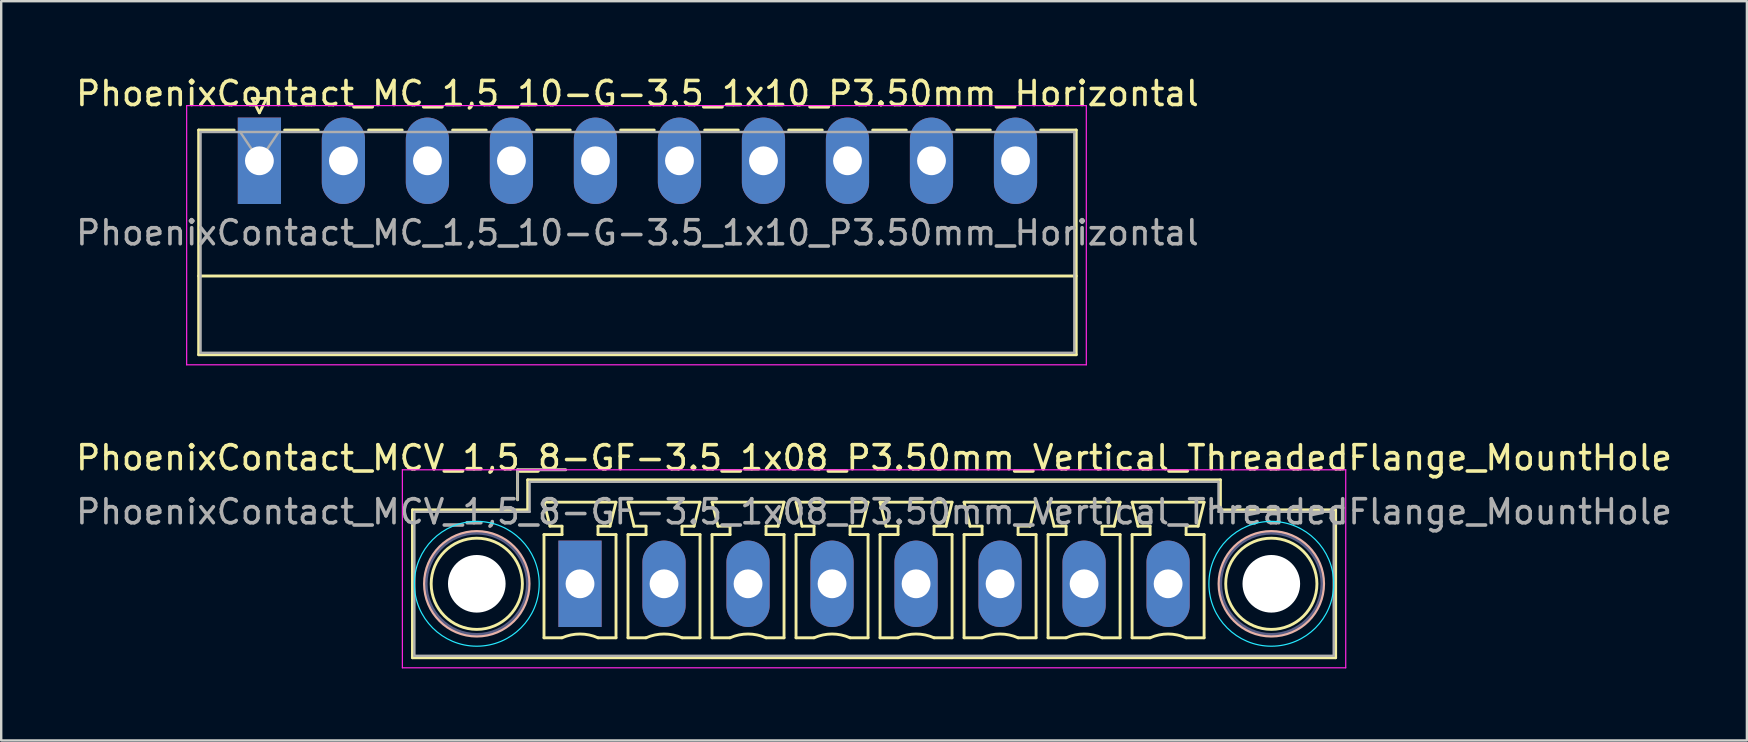
<source format=kicad_pcb>
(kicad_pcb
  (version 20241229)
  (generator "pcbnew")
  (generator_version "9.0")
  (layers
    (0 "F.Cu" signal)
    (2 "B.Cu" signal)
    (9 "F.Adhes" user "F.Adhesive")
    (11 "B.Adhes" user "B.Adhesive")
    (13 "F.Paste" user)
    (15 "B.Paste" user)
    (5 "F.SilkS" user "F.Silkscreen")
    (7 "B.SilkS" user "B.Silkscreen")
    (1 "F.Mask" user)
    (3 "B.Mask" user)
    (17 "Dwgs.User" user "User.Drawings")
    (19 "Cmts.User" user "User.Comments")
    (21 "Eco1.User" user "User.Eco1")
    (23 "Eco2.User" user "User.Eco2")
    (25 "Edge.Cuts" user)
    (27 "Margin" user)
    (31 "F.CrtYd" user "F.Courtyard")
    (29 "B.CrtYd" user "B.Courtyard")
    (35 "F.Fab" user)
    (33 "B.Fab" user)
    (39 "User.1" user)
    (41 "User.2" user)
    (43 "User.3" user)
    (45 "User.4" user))
  (footprint "PhoenixContact_MCV_1,5_8-GF-3.5_1x08_P3.50mm_Vertical_ThreadedFlange_MountHole"
    (layer "F.Cu")
    (at 21.113 21.271)
    (property "Reference" "PhoenixContact_MCV_1,5_8-GF-3.5_1x08_P3.50mm_Vertical_ThreadedFlange_MountHole" (at 12.25 -5.25 0) (layer "F.SilkS") (effects (font (size 1 1) (thickness 0.15))))
    (attr through_hole)
    (fp_line (start -6.98 -3.08) (end -6.98 3.08) (stroke (width 0.12) (type solid)) (layer "F.SilkS"))
    (fp_line (start -6.98 3.08) (end 31.48 3.08) (stroke (width 0.12) (type solid)) (layer "F.SilkS"))
    (fp_line (start -2.6 -4.75) (end -0.6 -4.75) (stroke (width 0.12) (type solid)) (layer "F.SilkS"))
    (fp_line (start -2.6 -3.5) (end -2.6 -4.75) (stroke (width 0.12) (type solid)) (layer "F.SilkS"))
    (fp_line (start -2.18 -4.33) (end -2.18 -3.08) (stroke (width 0.12) (type solid)) (layer "F.SilkS"))
    (fp_line (start -2.18 -3.08) (end -6.98 -3.08) (stroke (width 0.12) (type solid)) (layer "F.SilkS"))
    (fp_line (start -1.5 -3.4) (end 1.5 -3.4) (stroke (width 0.12) (type solid)) (layer "F.SilkS"))
    (fp_line (start -1.5 -2.05) (end -0.75 -2.05) (stroke (width 0.12) (type solid)) (layer "F.SilkS"))
    (fp_line (start -1.5 2.25) (end -1.5 -2.05) (stroke (width 0.12) (type solid)) (layer "F.SilkS"))
    (fp_line (start -1.25 -2.4) (end -1.5 -3.4) (stroke (width 0.12) (type solid)) (layer "F.SilkS"))
    (fp_line (start -0.75 -2.4) (end -1.25 -2.4) (stroke (width 0.12) (type solid)) (layer "F.SilkS"))
    (fp_line (start -0.75 -2.05) (end -0.75 -2.4) (stroke (width 0.12) (type solid)) (layer "F.SilkS"))
    (fp_line (start -0.75 2.25) (end -1.5 2.25) (stroke (width 0.12) (type solid)) (layer "F.SilkS"))
    (fp_line (start 0.75 -2.4) (end 0.75 -2.05) (stroke (width 0.12) (type solid)) (layer "F.SilkS"))
    (fp_line (start 0.75 -2.05) (end 1.5 -2.05) (stroke (width 0.12) (type solid)) (layer "F.SilkS"))
    (fp_line (start 1.25 -2.4) (end 0.75 -2.4) (stroke (width 0.12) (type solid)) (layer "F.SilkS"))
    (fp_line (start 1.5 -3.4) (end 1.25 -2.4) (stroke (width 0.12) (type solid)) (layer "F.SilkS"))
    (fp_line (start 1.5 -2.05) (end 1.5 2.25) (stroke (width 0.12) (type solid)) (layer "F.SilkS"))
    (fp_line (start 1.5 2.25) (end 0.75 2.25) (stroke (width 0.12) (type solid)) (layer "F.SilkS"))
    (fp_line (start 2 -3.4) (end 5 -3.4) (stroke (width 0.12) (type solid)) (layer "F.SilkS"))
    (fp_line (start 2 -2.05) (end 2.75 -2.05) (stroke (width 0.12) (type solid)) (layer "F.SilkS"))
    (fp_line (start 2 2.25) (end 2 -2.05) (stroke (width 0.12) (type solid)) (layer "F.SilkS"))
    (fp_line (start 2.25 -2.4) (end 2 -3.4) (stroke (width 0.12) (type solid)) (layer "F.SilkS"))
    (fp_line (start 2.75 -2.4) (end 2.25 -2.4) (stroke (width 0.12) (type solid)) (layer "F.SilkS"))
    (fp_line (start 2.75 -2.05) (end 2.75 -2.4) (stroke (width 0.12) (type solid)) (layer "F.SilkS"))
    (fp_line (start 2.75 2.25) (end 2 2.25) (stroke (width 0.12) (type solid)) (layer "F.SilkS"))
    (fp_line (start 4.25 -2.4) (end 4.25 -2.05) (stroke (width 0.12) (type solid)) (layer "F.SilkS"))
    (fp_line (start 4.25 -2.05) (end 5 -2.05) (stroke (width 0.12) (type solid)) (layer "F.SilkS"))
    (fp_line (start 4.75 -2.4) (end 4.25 -2.4) (stroke (width 0.12) (type solid)) (layer "F.SilkS"))
    (fp_line (start 5 -3.4) (end 4.75 -2.4) (stroke (width 0.12) (type solid)) (layer "F.SilkS"))
    (fp_line (start 5 -2.05) (end 5 2.25) (stroke (width 0.12) (type solid)) (layer "F.SilkS"))
    (fp_line (start 5 2.25) (end 4.25 2.25) (stroke (width 0.12) (type solid)) (layer "F.SilkS"))
    (fp_line (start 5.5 -3.4) (end 8.5 -3.4) (stroke (width 0.12) (type solid)) (layer "F.SilkS"))
    (fp_line (start 5.5 -2.05) (end 6.25 -2.05) (stroke (width 0.12) (type solid)) (layer "F.SilkS"))
    (fp_line (start 5.5 2.25) (end 5.5 -2.05) (stroke (width 0.12) (type solid)) (layer "F.SilkS"))
    (fp_line (start 5.75 -2.4) (end 5.5 -3.4) (stroke (width 0.12) (type solid)) (layer "F.SilkS"))
    (fp_line (start 6.25 -2.4) (end 5.75 -2.4) (stroke (width 0.12) (type solid)) (layer "F.SilkS"))
    (fp_line (start 6.25 -2.05) (end 6.25 -2.4) (stroke (width 0.12) (type solid)) (layer "F.SilkS"))
    (fp_line (start 6.25 2.25) (end 5.5 2.25) (stroke (width 0.12) (type solid)) (layer "F.SilkS"))
    (fp_line (start 7.75 -2.4) (end 7.75 -2.05) (stroke (width 0.12) (type solid)) (layer "F.SilkS"))
    (fp_line (start 7.75 -2.05) (end 8.5 -2.05) (stroke (width 0.12) (type solid)) (layer "F.SilkS"))
    (fp_line (start 8.25 -2.4) (end 7.75 -2.4) (stroke (width 0.12) (type solid)) (layer "F.SilkS"))
    (fp_line (start 8.5 -3.4) (end 8.25 -2.4) (stroke (width 0.12) (type solid)) (layer "F.SilkS"))
    (fp_line (start 8.5 -2.05) (end 8.5 2.25) (stroke (width 0.12) (type solid)) (layer "F.SilkS"))
    (fp_line (start 8.5 2.25) (end 7.75 2.25) (stroke (width 0.12) (type solid)) (layer "F.SilkS"))
    (fp_line (start 9 -3.4) (end 12 -3.4) (stroke (width 0.12) (type solid)) (layer "F.SilkS"))
    (fp_line (start 9 -2.05) (end 9.75 -2.05) (stroke (width 0.12) (type solid)) (layer "F.SilkS"))
    (fp_line (start 9 2.25) (end 9 -2.05) (stroke (width 0.12) (type solid)) (layer "F.SilkS"))
    (fp_line (start 9.25 -2.4) (end 9 -3.4) (stroke (width 0.12) (type solid)) (layer "F.SilkS"))
    (fp_line (start 9.75 -2.4) (end 9.25 -2.4) (stroke (width 0.12) (type solid)) (layer "F.SilkS"))
    (fp_line (start 9.75 -2.05) (end 9.75 -2.4) (stroke (width 0.12) (type solid)) (layer "F.SilkS"))
    (fp_line (start 9.75 2.25) (end 9 2.25) (stroke (width 0.12) (type solid)) (layer "F.SilkS"))
    (fp_line (start 11.25 -2.4) (end 11.25 -2.05) (stroke (width 0.12) (type solid)) (layer "F.SilkS"))
    (fp_line (start 11.25 -2.05) (end 12 -2.05) (stroke (width 0.12) (type solid)) (layer "F.SilkS"))
    (fp_line (start 11.75 -2.4) (end 11.25 -2.4) (stroke (width 0.12) (type solid)) (layer "F.SilkS"))
    (fp_line (start 12 -3.4) (end 11.75 -2.4) (stroke (width 0.12) (type solid)) (layer "F.SilkS"))
    (fp_line (start 12 -2.05) (end 12 2.25) (stroke (width 0.12) (type solid)) (layer "F.SilkS"))
    (fp_line (start 12 2.25) (end 11.25 2.25) (stroke (width 0.12) (type solid)) (layer "F.SilkS"))
    (fp_line (start 12.5 -3.4) (end 15.5 -3.4) (stroke (width 0.12) (type solid)) (layer "F.SilkS"))
    (fp_line (start 12.5 -2.05) (end 13.25 -2.05) (stroke (width 0.12) (type solid)) (layer "F.SilkS"))
    (fp_line (start 12.5 2.25) (end 12.5 -2.05) (stroke (width 0.12) (type solid)) (layer "F.SilkS"))
    (fp_line (start 12.75 -2.4) (end 12.5 -3.4) (stroke (width 0.12) (type solid)) (layer "F.SilkS"))
    (fp_line (start 13.25 -2.4) (end 12.75 -2.4) (stroke (width 0.12) (type solid)) (layer "F.SilkS"))
    (fp_line (start 13.25 -2.05) (end 13.25 -2.4) (stroke (width 0.12) (type solid)) (layer "F.SilkS"))
    (fp_line (start 13.25 2.25) (end 12.5 2.25) (stroke (width 0.12) (type solid)) (layer "F.SilkS"))
    (fp_line (start 14.75 -2.4) (end 14.75 -2.05) (stroke (width 0.12) (type solid)) (layer "F.SilkS"))
    (fp_line (start 14.75 -2.05) (end 15.5 -2.05) (stroke (width 0.12) (type solid)) (layer "F.SilkS"))
    (fp_line (start 15.25 -2.4) (end 14.75 -2.4) (stroke (width 0.12) (type solid)) (layer "F.SilkS"))
    (fp_line (start 15.5 -3.4) (end 15.25 -2.4) (stroke (width 0.12) (type solid)) (layer "F.SilkS"))
    (fp_line (start 15.5 -2.05) (end 15.5 2.25) (stroke (width 0.12) (type solid)) (layer "F.SilkS"))
    (fp_line (start 15.5 2.25) (end 14.75 2.25) (stroke (width 0.12) (type solid)) (layer "F.SilkS"))
    (fp_line (start 16 -3.4) (end 19 -3.4) (stroke (width 0.12) (type solid)) (layer "F.SilkS"))
    (fp_line (start 16 -2.05) (end 16.75 -2.05) (stroke (width 0.12) (type solid)) (layer "F.SilkS"))
    (fp_line (start 16 2.25) (end 16 -2.05) (stroke (width 0.12) (type solid)) (layer "F.SilkS"))
    (fp_line (start 16.25 -2.4) (end 16 -3.4) (stroke (width 0.12) (type solid)) (layer "F.SilkS"))
    (fp_line (start 16.75 -2.4) (end 16.25 -2.4) (stroke (width 0.12) (type solid)) (layer "F.SilkS"))
    (fp_line (start 16.75 -2.05) (end 16.75 -2.4) (stroke (width 0.12) (type solid)) (layer "F.SilkS"))
    (fp_line (start 16.75 2.25) (end 16 2.25) (stroke (width 0.12) (type solid)) (layer "F.SilkS"))
    (fp_line (start 18.25 -2.4) (end 18.25 -2.05) (stroke (width 0.12) (type solid)) (layer "F.SilkS"))
    (fp_line (start 18.25 -2.05) (end 19 -2.05) (stroke (width 0.12) (type solid)) (layer "F.SilkS"))
    (fp_line (start 18.75 -2.4) (end 18.25 -2.4) (stroke (width 0.12) (type solid)) (layer "F.SilkS"))
    (fp_line (start 19 -3.4) (end 18.75 -2.4) (stroke (width 0.12) (type solid)) (layer "F.SilkS"))
    (fp_line (start 19 -2.05) (end 19 2.25) (stroke (width 0.12) (type solid)) (layer "F.SilkS"))
    (fp_line (start 19 2.25) (end 18.25 2.25) (stroke (width 0.12) (type solid)) (layer "F.SilkS"))
    (fp_line (start 19.5 -3.4) (end 22.5 -3.4) (stroke (width 0.12) (type solid)) (layer "F.SilkS"))
    (fp_line (start 19.5 -2.05) (end 20.25 -2.05) (stroke (width 0.12) (type solid)) (layer "F.SilkS"))
    (fp_line (start 19.5 2.25) (end 19.5 -2.05) (stroke (width 0.12) (type solid)) (layer "F.SilkS"))
    (fp_line (start 19.75 -2.4) (end 19.5 -3.4) (stroke (width 0.12) (type solid)) (layer "F.SilkS"))
    (fp_line (start 20.25 -2.4) (end 19.75 -2.4) (stroke (width 0.12) (type solid)) (layer "F.SilkS"))
    (fp_line (start 20.25 -2.05) (end 20.25 -2.4) (stroke (width 0.12) (type solid)) (layer "F.SilkS"))
    (fp_line (start 20.25 2.25) (end 19.5 2.25) (stroke (width 0.12) (type solid)) (layer "F.SilkS"))
    (fp_line (start 21.75 -2.4) (end 21.75 -2.05) (stroke (width 0.12) (type solid)) (layer "F.SilkS"))
    (fp_line (start 21.75 -2.05) (end 22.5 -2.05) (stroke (width 0.12) (type solid)) (layer "F.SilkS"))
    (fp_line (start 22.25 -2.4) (end 21.75 -2.4) (stroke (width 0.12) (type solid)) (layer "F.SilkS"))
    (fp_line (start 22.5 -3.4) (end 22.25 -2.4) (stroke (width 0.12) (type solid)) (layer "F.SilkS"))
    (fp_line (start 22.5 -2.05) (end 22.5 2.25) (stroke (width 0.12) (type solid)) (layer "F.SilkS"))
    (fp_line (start 22.5 2.25) (end 21.75 2.25) (stroke (width 0.12) (type solid)) (layer "F.SilkS"))
    (fp_line (start 23 -3.4) (end 26 -3.4) (stroke (width 0.12) (type solid)) (layer "F.SilkS"))
    (fp_line (start 23 -2.05) (end 23.75 -2.05) (stroke (width 0.12) (type solid)) (layer "F.SilkS"))
    (fp_line (start 23 2.25) (end 23 -2.05) (stroke (width 0.12) (type solid)) (layer "F.SilkS"))
    (fp_line (start 23.25 -2.4) (end 23 -3.4) (stroke (width 0.12) (type solid)) (layer "F.SilkS"))
    (fp_line (start 23.75 -2.4) (end 23.25 -2.4) (stroke (width 0.12) (type solid)) (layer "F.SilkS"))
    (fp_line (start 23.75 -2.05) (end 23.75 -2.4) (stroke (width 0.12) (type solid)) (layer "F.SilkS"))
    (fp_line (start 23.75 2.25) (end 23 2.25) (stroke (width 0.12) (type solid)) (layer "F.SilkS"))
    (fp_line (start 25.25 -2.4) (end 25.25 -2.05) (stroke (width 0.12) (type solid)) (layer "F.SilkS"))
    (fp_line (start 25.25 -2.05) (end 26 -2.05) (stroke (width 0.12) (type solid)) (layer "F.SilkS"))
    (fp_line (start 25.75 -2.4) (end 25.25 -2.4) (stroke (width 0.12) (type solid)) (layer "F.SilkS"))
    (fp_line (start 26 -3.4) (end 25.75 -2.4) (stroke (width 0.12) (type solid)) (layer "F.SilkS"))
    (fp_line (start 26 -2.05) (end 26 2.25) (stroke (width 0.12) (type solid)) (layer "F.SilkS"))
    (fp_line (start 26 2.25) (end 25.25 2.25) (stroke (width 0.12) (type solid)) (layer "F.SilkS"))
    (fp_line (start 26.68 -4.33) (end -2.18 -4.33) (stroke (width 0.12) (type solid)) (layer "F.SilkS"))
    (fp_line (start 26.68 -3.08) (end 26.68 -4.33) (stroke (width 0.12) (type solid)) (layer "F.SilkS"))
    (fp_line (start 31.48 -3.08) (end 26.68 -3.08) (stroke (width 0.12) (type solid)) (layer "F.SilkS"))
    (fp_line (start 31.48 3.08) (end 31.48 -3.08) (stroke (width 0.12) (type solid)) (layer "F.SilkS"))
    (fp_arc (start -0.75 2.25) (mid -0.000193 2.09191) (end 0.749647 2.249844) (stroke (width 0.12) (type solid)) (layer "F.SilkS"))
    (fp_arc (start 2.75 2.25) (mid 3.499807 2.09191) (end 4.249647 2.249844) (stroke (width 0.12) (type solid)) (layer "F.SilkS"))
    (fp_arc (start 6.25 2.25) (mid 6.999807 2.09191) (end 7.749647 2.249844) (stroke (width 0.12) (type solid)) (layer "F.SilkS"))
    (fp_arc (start 9.75 2.25) (mid 10.499807 2.09191) (end 11.249647 2.249844) (stroke (width 0.12) (type solid)) (layer "F.SilkS"))
    (fp_arc (start 13.25 2.25) (mid 13.999807 2.09191) (end 14.749647 2.249844) (stroke (width 0.12) (type solid)) (layer "F.SilkS"))
    (fp_arc (start 16.75 2.25) (mid 17.499807 2.09191) (end 18.249647 2.249844) (stroke (width 0.12) (type solid)) (layer "F.SilkS"))
    (fp_arc (start 20.25 2.25) (mid 20.999807 2.09191) (end 21.749647 2.249844) (stroke (width 0.12) (type solid)) (layer "F.SilkS"))
    (fp_arc (start 23.75 2.25) (mid 24.499807 2.09191) (end 25.249647 2.249844) (stroke (width 0.12) (type solid)) (layer "F.SilkS"))
    (fp_circle (center -4.3 0) (end -2.4 0) (stroke (width 0.12) (type solid)) (fill no) (layer "F.SilkS"))
    (fp_circle (center 28.8 0) (end 30.7 0) (stroke (width 0.12) (type solid)) (fill no) (layer "F.SilkS"))
    (fp_circle (center -4.3 0) (end -2.12 0) (stroke (width 0.12) (type solid)) (fill no) (layer "B.SilkS"))
    (fp_circle (center 28.8 0) (end 30.98 0) (stroke (width 0.12) (type solid)) (fill no) (layer "B.SilkS"))
    (fp_circle (center -4.3 0) (end -1.7 0) (stroke (width 0.05) (type solid)) (fill no) (layer "B.CrtYd"))
    (fp_circle (center 28.8 0) (end 31.4 0) (stroke (width 0.05) (type solid)) (fill no) (layer "B.CrtYd"))
    (fp_line (start -7.4 -4.75) (end -7.4 3.5) (stroke (width 0.05) (type solid)) (layer "F.CrtYd"))
    (fp_line (start -7.4 3.5) (end 31.9 3.5) (stroke (width 0.05) (type solid)) (layer "F.CrtYd"))
    (fp_line (start 31.9 -4.75) (end -7.4 -4.75) (stroke (width 0.05) (type solid)) (layer "F.CrtYd"))
    (fp_line (start 31.9 3.5) (end 31.9 -4.75) (stroke (width 0.05) (type solid)) (layer "F.CrtYd"))
    (fp_circle (center -4.3 0) (end -2.2 0) (stroke (width 0.1) (type solid)) (fill no) (layer "B.Fab"))
    (fp_circle (center 28.8 0) (end 30.9 0) (stroke (width 0.1) (type solid)) (fill no) (layer "B.Fab"))
    (fp_line (start -6.9 -3) (end -6.9 3) (stroke (width 0.1) (type solid)) (layer "F.Fab"))
    (fp_line (start -6.9 3) (end 31.4 3) (stroke (width 0.1) (type solid)) (layer "F.Fab"))
    (fp_line (start -2.6 -4.75) (end -0.6 -4.75) (stroke (width 0.1) (type solid)) (layer "F.Fab"))
    (fp_line (start -2.6 -3.5) (end -2.6 -4.75) (stroke (width 0.1) (type solid)) (layer "F.Fab"))
    (fp_line (start -2.1 -4.25) (end -2.1 -3) (stroke (width 0.1) (type solid)) (layer "F.Fab"))
    (fp_line (start -2.1 -3) (end -6.9 -3) (stroke (width 0.1) (type solid)) (layer "F.Fab"))
    (fp_line (start 26.6 -4.25) (end -2.1 -4.25) (stroke (width 0.1) (type solid)) (layer "F.Fab"))
    (fp_line (start 26.6 -3) (end 26.6 -4.25) (stroke (width 0.1) (type solid)) (layer "F.Fab"))
    (fp_line (start 31.4 -3) (end 26.6 -3) (stroke (width 0.1) (type solid)) (layer "F.Fab"))
    (fp_line (start 31.4 3) (end 31.4 -3) (stroke (width 0.1) (type solid)) (layer "F.Fab"))
    (fp_text user "${REFERENCE}" (at 12.25 -3 0) (layer "F.Fab") (effects (font (size 1 1) (thickness 0.15))))
    (pad "" np_thru_hole circle (at -4.3 0) (size 2.4 2.4) (drill 2.4) (layers "*.Cu" "*.Mask"))
    (pad "" np_thru_hole circle (at 28.8 0) (size 2.4 2.4) (drill 2.4) (layers "*.Cu" "*.Mask"))
    (pad "1" thru_hole rect (at 0 0) (size 1.8 3.6) (drill 1.2) (layers "*.Cu" "*.Mask"))
    (pad "2" thru_hole oval (at 3.5 0) (size 1.8 3.6) (drill 1.2) (layers "*.Cu" "*.Mask"))
    (pad "3" thru_hole oval (at 7 0) (size 1.8 3.6) (drill 1.2) (layers "*.Cu" "*.Mask"))
    (pad "4" thru_hole oval (at 10.5 0) (size 1.8 3.6) (drill 1.2) (layers "*.Cu" "*.Mask"))
    (pad "5" thru_hole oval (at 14 0) (size 1.8 3.6) (drill 1.2) (layers "*.Cu" "*.Mask"))
    (pad "6" thru_hole oval (at 17.5 0) (size 1.8 3.6) (drill 1.2) (layers "*.Cu" "*.Mask"))
    (pad "7" thru_hole oval (at 21 0) (size 1.8 3.6) (drill 1.2) (layers "*.Cu" "*.Mask"))
    (pad "8" thru_hole oval (at 24.5 0) (size 1.8 3.6) (drill 1.2) (layers "*.Cu" "*.Mask")))
  (footprint "PhoenixContact_MC_1,5_10-G-3.5_1x10_P3.50mm_Horizontal"
    (layer "F.Cu")
    (at 7.756 3.648)
    (property "Reference" "PhoenixContact_MC_1,5_10-G-3.5_1x10_P3.50mm_Horizontal" (at 15.75 -2.8 0) (layer "F.SilkS") (effects (font (size 1 1) (thickness 0.15))))
    (attr through_hole)
    (fp_line (start -2.53 -1.28) (end -2.53 8.08) (stroke (width 0.12) (type solid)) (layer "F.SilkS"))
    (fp_line (start -2.53 -1.28) (end -1.05 -1.28) (stroke (width 0.12) (type solid)) (layer "F.SilkS"))
    (fp_line (start -2.53 4.8) (end 34.03 4.8) (stroke (width 0.12) (type solid)) (layer "F.SilkS"))
    (fp_line (start -2.53 8.08) (end 34.03 8.08) (stroke (width 0.12) (type solid)) (layer "F.SilkS"))
    (fp_line (start -0.3 -2.6) (end 0.3 -2.6) (stroke (width 0.12) (type solid)) (layer "F.SilkS"))
    (fp_line (start 0 -2) (end -0.3 -2.6) (stroke (width 0.12) (type solid)) (layer "F.SilkS"))
    (fp_line (start 0.3 -2.6) (end 0 -2) (stroke (width 0.12) (type solid)) (layer "F.SilkS"))
    (fp_line (start 1.05 -1.28) (end 2.45 -1.28) (stroke (width 0.12) (type solid)) (layer "F.SilkS"))
    (fp_line (start 4.55 -1.28) (end 5.95 -1.28) (stroke (width 0.12) (type solid)) (layer "F.SilkS"))
    (fp_line (start 8.05 -1.28) (end 9.45 -1.28) (stroke (width 0.12) (type solid)) (layer "F.SilkS"))
    (fp_line (start 11.55 -1.28) (end 12.95 -1.28) (stroke (width 0.12) (type solid)) (layer "F.SilkS"))
    (fp_line (start 15.05 -1.28) (end 16.45 -1.28) (stroke (width 0.12) (type solid)) (layer "F.SilkS"))
    (fp_line (start 18.55 -1.28) (end 19.95 -1.28) (stroke (width 0.12) (type solid)) (layer "F.SilkS"))
    (fp_line (start 22.05 -1.28) (end 23.45 -1.28) (stroke (width 0.12) (type solid)) (layer "F.SilkS"))
    (fp_line (start 25.55 -1.28) (end 26.95 -1.28) (stroke (width 0.12) (type solid)) (layer "F.SilkS"))
    (fp_line (start 29.05 -1.28) (end 30.45 -1.28) (stroke (width 0.12) (type solid)) (layer "F.SilkS"))
    (fp_line (start 34.03 -1.28) (end 32.55 -1.28) (stroke (width 0.12) (type solid)) (layer "F.SilkS"))
    (fp_line (start 34.03 8.08) (end 34.03 -1.28) (stroke (width 0.12) (type solid)) (layer "F.SilkS"))
    (fp_line (start -3.03 -2.3) (end -3.03 8.5) (stroke (width 0.05) (type solid)) (layer "F.CrtYd"))
    (fp_line (start -3.03 8.5) (end 34.45 8.5) (stroke (width 0.05) (type solid)) (layer "F.CrtYd"))
    (fp_line (start 34.45 -2.3) (end -3.03 -2.3) (stroke (width 0.05) (type solid)) (layer "F.CrtYd"))
    (fp_line (start 34.45 8.5) (end 34.45 -2.3) (stroke (width 0.05) (type solid)) (layer "F.CrtYd"))
    (fp_line (start -2.45 -1.2) (end -2.45 8) (stroke (width 0.1) (type solid)) (layer "F.Fab"))
    (fp_line (start -2.45 8) (end 33.95 8) (stroke (width 0.1) (type solid)) (layer "F.Fab"))
    (fp_line (start 0 0) (end -0.8 -1.2) (stroke (width 0.1) (type solid)) (layer "F.Fab"))
    (fp_line (start 0.8 -1.2) (end 0 0) (stroke (width 0.1) (type solid)) (layer "F.Fab"))
    (fp_line (start 33.95 -1.2) (end -2.45 -1.2) (stroke (width 0.1) (type solid)) (layer "F.Fab"))
    (fp_line (start 33.95 8) (end 33.95 -1.2) (stroke (width 0.1) (type solid)) (layer "F.Fab"))
    (fp_text user "${REFERENCE}" (at 15.75 3 0) (layer "F.Fab") (effects (font (size 1 1) (thickness 0.15))))
    (pad "1" thru_hole rect (at 0 0) (size 1.8 3.6) (drill 1.2) (layers "*.Cu" "*.Mask"))
    (pad "2" thru_hole oval (at 3.5 0) (size 1.8 3.6) (drill 1.2) (layers "*.Cu" "*.Mask"))
    (pad "3" thru_hole oval (at 7 0) (size 1.8 3.6) (drill 1.2) (layers "*.Cu" "*.Mask"))
    (pad "4" thru_hole oval (at 10.5 0) (size 1.8 3.6) (drill 1.2) (layers "*.Cu" "*.Mask"))
    (pad "5" thru_hole oval (at 14 0) (size 1.8 3.6) (drill 1.2) (layers "*.Cu" "*.Mask"))
    (pad "6" thru_hole oval (at 17.5 0) (size 1.8 3.6) (drill 1.2) (layers "*.Cu" "*.Mask"))
    (pad "7" thru_hole oval (at 21 0) (size 1.8 3.6) (drill 1.2) (layers "*.Cu" "*.Mask"))
    (pad "8" thru_hole oval (at 24.5 0) (size 1.8 3.6) (drill 1.2) (layers "*.Cu" "*.Mask"))
    (pad "9" thru_hole oval (at 28 0) (size 1.8 3.6) (drill 1.2) (layers "*.Cu" "*.Mask"))
    (pad "10" thru_hole oval (at 31.5 0) (size 1.8 3.6) (drill 1.2) (layers "*.Cu" "*.Mask")))
  (gr_rect
    (start -3 -3)
    (end 69.726 27.797)
    (stroke (width 0.1) (type default))
    (fill no)
    (layer "Edge.Cuts")))
</source>
